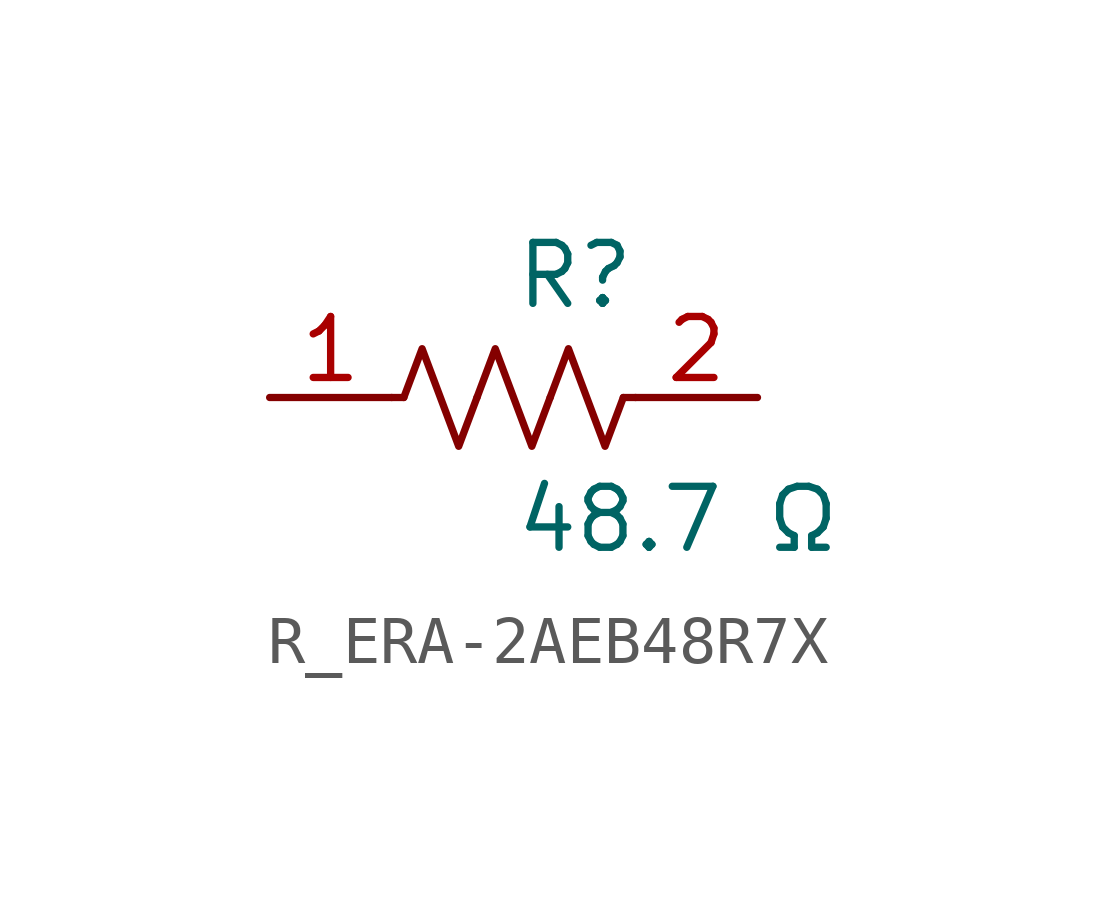
<source format=kicad_sym>
(kicad_symbol_lib
  (version 20231120)
  (generator kicad_symbol_editor)
  (generator_version 8.0)
  (symbol "R_ERA-2AEB48R7X"
    (pin_names
      (offset 0.254))
    (property "Reference" "R"
      (at 0.0 2.54 0)
      (effects (font (size 1.27 1.27)) (justify left)))
    (property "Value" "48.7 Ω"
      (at 0.0 -2.54 0)
      (effects (font (size 1.27 1.27)) (justify left)))
    (symbol "R_ERA-2AEB48R7X_0_1"
      (polyline (pts (xy 2.286 0) (xy 2.54 0)) (stroke (width 0) (type default)) (fill (type none)))
      (polyline (pts (xy -2.286 0) (xy -2.54 0)) (stroke (width 0) (type default)) (fill (type none)))
      (polyline (pts (xy 0.762 0) (xy 1.143 1.016) (xy 1.524 0) (xy 1.905 -1.016) (xy 2.286 0)) (stroke (width 0) (type default)) (fill (type none)))
      (polyline (pts (xy -0.762 0) (xy -0.381 1.016) (xy 0 0) (xy 0.381 -1.016) (xy 0.762 0)) (stroke (width 0) (type default)) (fill (type none)))
      (polyline (pts (xy -2.286 0) (xy -1.905 1.016) (xy -1.524 0) (xy -1.143 -1.016) (xy -0.762 0)) (stroke (width 0) (type default)) (fill (type none))))
    (pin unspecified line
      (at -5.08 0 0)
      (length 2.54)
      (name "" (effects (font (size 1.27 1.27))))
      (number "1" (effects (font (size 1.27 1.27)))))
    (pin unspecified line
      (at 5.08 0 180)
      (length 2.54)
      (name "" (effects (font (size 1.27 1.27))))
      (number "2" (effects (font (size 1.27 1.27)))))))
</source>
